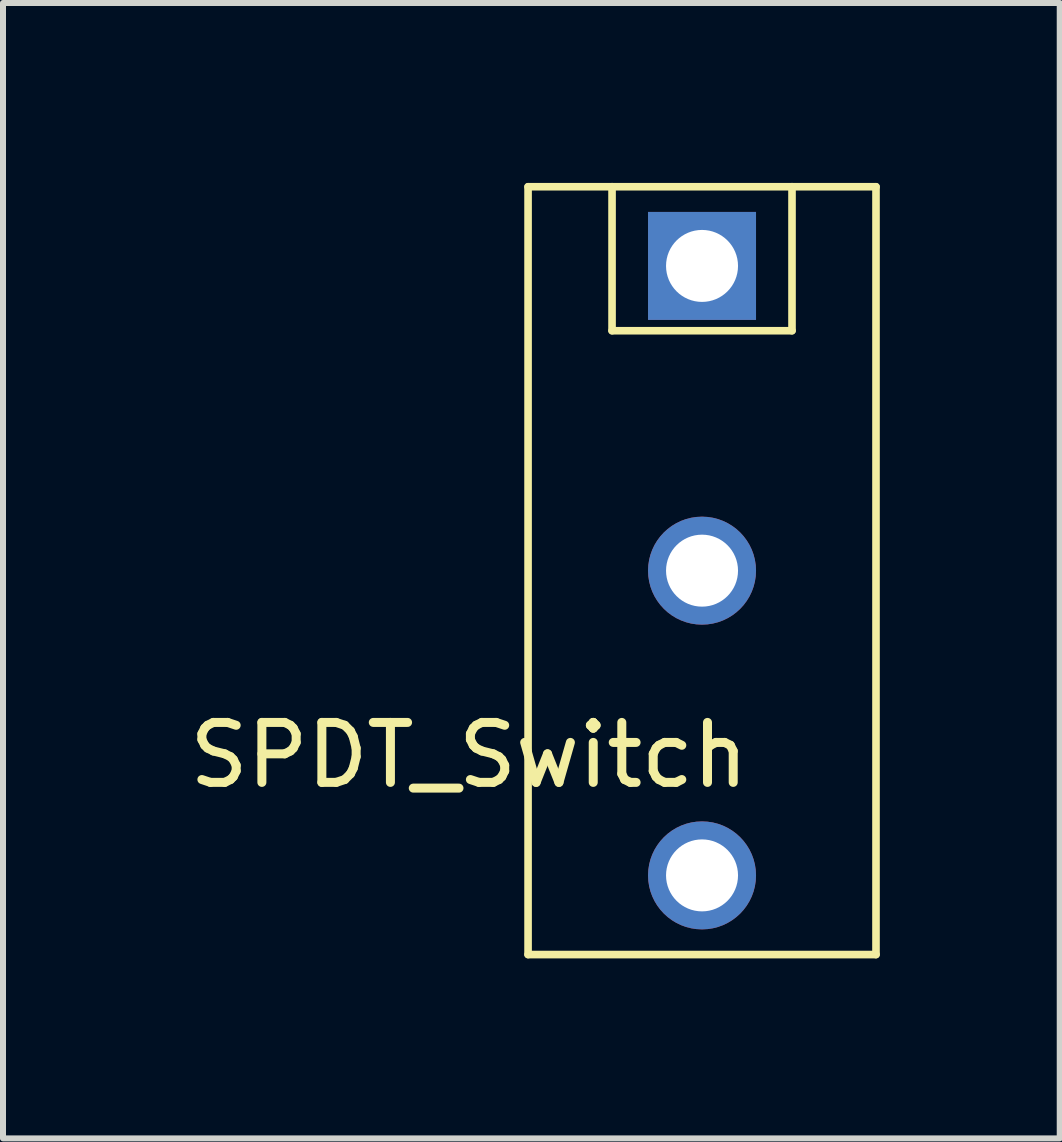
<source format=kicad_pcb>
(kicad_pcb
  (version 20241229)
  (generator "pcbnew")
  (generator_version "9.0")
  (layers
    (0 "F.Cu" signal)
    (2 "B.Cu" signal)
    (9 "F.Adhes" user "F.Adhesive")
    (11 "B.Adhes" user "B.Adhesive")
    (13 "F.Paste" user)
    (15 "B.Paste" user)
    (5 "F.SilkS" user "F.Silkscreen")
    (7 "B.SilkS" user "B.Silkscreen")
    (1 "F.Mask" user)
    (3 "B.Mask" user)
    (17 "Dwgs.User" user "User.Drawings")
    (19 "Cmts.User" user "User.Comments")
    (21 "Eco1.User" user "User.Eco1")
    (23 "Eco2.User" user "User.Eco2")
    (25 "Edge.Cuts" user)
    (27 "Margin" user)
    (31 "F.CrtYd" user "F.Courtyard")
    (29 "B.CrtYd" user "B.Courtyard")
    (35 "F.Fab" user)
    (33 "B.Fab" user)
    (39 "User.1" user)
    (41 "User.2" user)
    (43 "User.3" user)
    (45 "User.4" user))
  (footprint "SPDT_Switch"
    (layer "F.Cu")
    (at 8.653 6.463)
    (property "Reference" "SPDT_Switch" (at -3.885 3.075 180) (layer "F.SilkS") (effects (font (size 1 1) (thickness 0.15))))
    (attr through_hole)
    (fp_line (start -2.9 -6.4) (end -1.5 -6.4) (stroke (width 0.127) (type solid)) (layer "F.SilkS"))
    (fp_line (start -2.9 6.4) (end -2.9 -6.4) (stroke (width 0.127) (type solid)) (layer "F.SilkS"))
    (fp_line (start -1.5 -6.4) (end -1.5 -4) (stroke (width 0.127) (type solid)) (layer "F.SilkS"))
    (fp_line (start -1.5 -6.4) (end 1.5 -6.4) (stroke (width 0.127) (type solid)) (layer "F.SilkS"))
    (fp_line (start -1.5 -4) (end 1.5 -4) (stroke (width 0.127) (type solid)) (layer "F.SilkS"))
    (fp_line (start 1.5 -6.4) (end 2.9 -6.4) (stroke (width 0.127) (type solid)) (layer "F.SilkS"))
    (fp_line (start 1.5 -4) (end 1.5 -6.4) (stroke (width 0.127) (type solid)) (layer "F.SilkS"))
    (fp_line (start 2.9 -6.4) (end 2.9 6.4) (stroke (width 0.127) (type solid)) (layer "F.SilkS"))
    (fp_line (start 2.9 6.4) (end -2.9 6.4) (stroke (width 0.127) (type solid)) (layer "F.SilkS"))
    (pad "1" thru_hole rect (at 0 -5.08) (size 1.8 1.8) (drill 1.2) (layers "*.Cu" "*.Mask"))
    (pad "2" thru_hole circle (at 0 0) (size 1.8 1.8) (drill 1.2) (layers "*.Cu" "*.Mask"))
    (pad "3" thru_hole circle (at 0 5.08) (size 1.8 1.8) (drill 1.2) (layers "*.Cu" "*.Mask")))
  (gr_rect
    (start -3 -3)
    (end 14.616 15.927)
    (stroke (width 0.1) (type default))
    (fill no)
    (layer "Edge.Cuts")))
</source>
